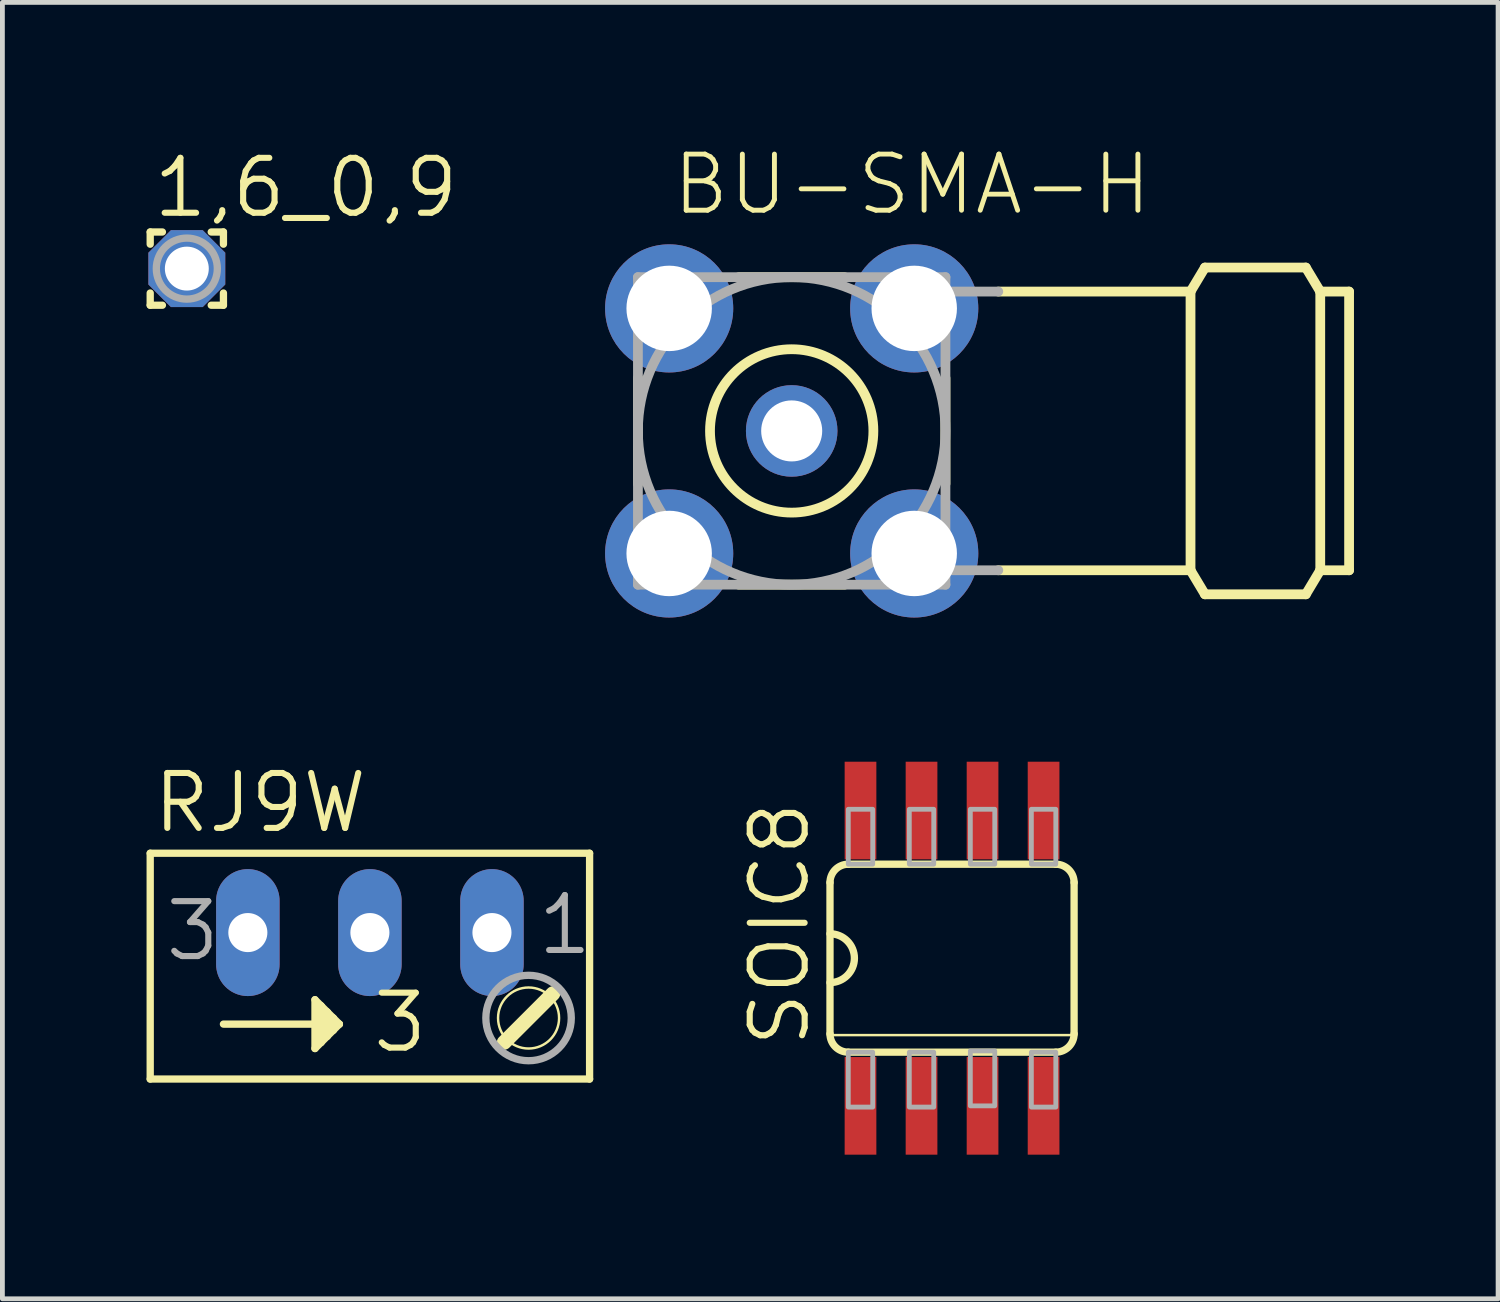
<source format=kicad_pcb>
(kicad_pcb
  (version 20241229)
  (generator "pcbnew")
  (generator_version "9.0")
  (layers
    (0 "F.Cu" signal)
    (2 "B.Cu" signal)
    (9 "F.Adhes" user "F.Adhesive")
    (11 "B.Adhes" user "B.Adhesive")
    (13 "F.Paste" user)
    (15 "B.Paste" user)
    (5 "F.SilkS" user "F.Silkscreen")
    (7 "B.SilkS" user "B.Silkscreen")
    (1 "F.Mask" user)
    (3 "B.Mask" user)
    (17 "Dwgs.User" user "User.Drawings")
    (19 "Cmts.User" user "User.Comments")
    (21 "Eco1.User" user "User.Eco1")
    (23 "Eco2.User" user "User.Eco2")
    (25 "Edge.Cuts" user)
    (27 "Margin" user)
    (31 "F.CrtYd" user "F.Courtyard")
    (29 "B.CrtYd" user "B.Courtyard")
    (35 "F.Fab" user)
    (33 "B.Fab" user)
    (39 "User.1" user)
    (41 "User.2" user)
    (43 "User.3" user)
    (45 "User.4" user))
  (footprint "RJ9W"
    (layer "F.Cu")
    (at 4.648 16.993)
    (property "Reference" "RJ9W" (at -4.572 -2.667 0) (unlocked yes) (layer "F.SilkS") (effects (font (size 1.143 1.143) (thickness 0.127)) (justify left bottom)))
    (fp_line (start -4.572 2.413) (end -4.572 -2.286) (stroke (width 0.152) (type solid)) (layer "F.SilkS"))
    (fp_line (start -4.572 2.413) (end 4.572 2.413) (stroke (width 0.152) (type solid)) (layer "F.SilkS"))
    (fp_line (start -3.048 1.27) (end -1.016 1.27) (stroke (width 0.152) (type solid)) (layer "F.SilkS"))
    (fp_line (start -1.143 0.762) (end -1.143 1.778) (stroke (width 0.152) (type solid)) (layer "F.SilkS"))
    (fp_line (start -1.143 1.778) (end -1.016 1.651) (stroke (width 0.152) (type solid)) (layer "F.SilkS"))
    (fp_line (start -1.016 0.889) (end -1.143 0.762) (stroke (width 0.152) (type solid)) (layer "F.SilkS"))
    (fp_line (start -1.016 1.27) (end -1.016 0.889) (stroke (width 0.152) (type solid)) (layer "F.SilkS"))
    (fp_line (start -1.016 1.651) (end -1.016 1.27) (stroke (width 0.152) (type solid)) (layer "F.SilkS"))
    (fp_line (start -0.889 1.016) (end -1.016 0.889) (stroke (width 0.152) (type solid)) (layer "F.SilkS"))
    (fp_line (start -0.889 1.524) (end -1.016 1.651) (stroke (width 0.152) (type solid)) (layer "F.SilkS"))
    (fp_line (start -0.889 1.524) (end -0.889 1.016) (stroke (width 0.152) (type solid)) (layer "F.SilkS"))
    (fp_line (start -0.762 1.143) (end -0.889 1.016) (stroke (width 0.152) (type solid)) (layer "F.SilkS"))
    (fp_line (start -0.762 1.397) (end -0.889 1.524) (stroke (width 0.152) (type solid)) (layer "F.SilkS"))
    (fp_line (start -0.762 1.397) (end -0.762 1.143) (stroke (width 0.152) (type solid)) (layer "F.SilkS"))
    (fp_line (start -0.635 1.27) (end -1.016 1.27) (stroke (width 0.152) (type solid)) (layer "F.SilkS"))
    (fp_line (start -0.635 1.27) (end -0.762 1.143) (stroke (width 0.152) (type solid)) (layer "F.SilkS"))
    (fp_line (start -0.635 1.27) (end -0.762 1.397) (stroke (width 0.152) (type solid)) (layer "F.SilkS"))
    (fp_line (start 3.81 0.635) (end 2.794 1.651) (stroke (width 0.305) (type solid)) (layer "F.SilkS"))
    (fp_line (start 4.572 -2.286) (end -4.572 -2.286) (stroke (width 0.152) (type solid)) (layer "F.SilkS"))
    (fp_line (start 4.572 -2.286) (end 4.572 2.413) (stroke (width 0.152) (type solid)) (layer "F.SilkS"))
    (fp_circle (center 3.302 1.143) (end 3.937 1.143) (stroke (width 0.051) (type solid)) (fill no) (layer "F.SilkS"))
    (fp_circle (center 3.302 1.143) (end 4.191 1.143) (stroke (width 0.152) (type solid)) (fill no) (layer "F.Fab"))
    (fp_text user "3" (at 0 1.905 0) (layer "F.SilkS") (effects (font (size 1.143 1.143) (thickness 0.127)) (justify left bottom)))
    (fp_text user "1" (at 3.429 -0.127 0) (layer "F.Fab") (effects (font (size 1.143 1.143) (thickness 0.127)) (justify left bottom)))
    (fp_text user "3" (at -4.318 0 0) (layer "F.Fab") (effects (font (size 1.143 1.143) (thickness 0.127)) (justify left bottom)))
    (pad "A" thru_hole oval (at 2.54 -0.635 90) (size 2.642 1.321) (drill 0.813) (layers "*.Cu" "*.Mask"))
    (pad "E" thru_hole oval (at -2.54 -0.635 90) (size 2.642 1.321) (drill 0.813) (layers "*.Cu" "*.Mask"))
    (pad "S" thru_hole oval (at 0 -0.635 90) (size 2.642 1.321) (drill 0.813) (layers "*.Cu" "*.Mask")))
  (footprint "SOIC8"
    (layer "F.Cu")
    (at 18.033 16.891)
    (property "Reference" "SOIC8" (at -4.191 1.905 90) (unlocked yes) (layer "F.SilkS") (effects (font (size 1.143 1.143) (thickness 0.127)) (justify left bottom)))
    (fp_line (start -3.81 -1.575) (end -3.81 1.575) (stroke (width 0.152) (type solid)) (layer "F.SilkS"))
    (fp_line (start -3.81 1.6) (end 1.27 1.6) (stroke (width 0.051) (type solid)) (layer "F.SilkS"))
    (fp_line (start -3.429 1.956) (end 0.889 1.956) (stroke (width 0.152) (type solid)) (layer "F.SilkS"))
    (fp_line (start 0.889 -1.956) (end -3.429 -1.956) (stroke (width 0.152) (type solid)) (layer "F.SilkS"))
    (fp_line (start 1.27 1.575) (end 1.27 -1.575) (stroke (width 0.152) (type solid)) (layer "F.SilkS"))
    (fp_arc (start -3.81 -1.5748) (mid -3.698408 -1.844208) (end -3.429 -1.9558) (stroke (width 0.1524) (type solid)) (layer "F.SilkS"))
    (fp_arc (start -3.81 -0.508) (mid -3.302 0) (end -3.81 0.508) (stroke (width 0.1524) (type solid)) (layer "F.SilkS"))
    (fp_arc (start -3.429 1.9558) (mid -3.698408 1.844208) (end -3.81 1.5748) (stroke (width 0.1524) (type solid)) (layer "F.SilkS"))
    (fp_arc (start 0.889 -1.9558) (mid 1.158408 -1.844208) (end 1.27 -1.5748) (stroke (width 0.1524) (type solid)) (layer "F.SilkS"))
    (fp_arc (start 1.27 1.5748) (mid 1.158408 1.844208) (end 0.889 1.9558) (stroke (width 0.1524) (type solid)) (layer "F.SilkS"))
    (fp_poly (pts (xy -3.429 -1.956) (xy -2.921 -1.956) (xy -2.921 -3.099) (xy -3.429 -3.099)) (stroke (width 0.1) (type default)) (fill no) (layer "F.Fab"))
    (fp_poly (pts (xy -3.429 3.099) (xy -2.921 3.099) (xy -2.921 1.956) (xy -3.429 1.956)) (stroke (width 0.1) (type default)) (fill no) (layer "F.Fab"))
    (fp_poly (pts (xy -2.159 -1.956) (xy -1.651 -1.956) (xy -1.651 -3.099) (xy -2.159 -3.099)) (stroke (width 0.1) (type default)) (fill no) (layer "F.Fab"))
    (fp_poly (pts (xy -2.159 3.099) (xy -1.651 3.099) (xy -1.651 1.956) (xy -2.159 1.956)) (stroke (width 0.1) (type default)) (fill no) (layer "F.Fab"))
    (fp_poly (pts (xy -0.889 -1.956) (xy -0.381 -1.956) (xy -0.381 -3.099) (xy -0.889 -3.099)) (stroke (width 0.1) (type default)) (fill no) (layer "F.Fab"))
    (fp_poly (pts (xy -0.889 3.073) (xy -0.381 3.073) (xy -0.381 1.93) (xy -0.889 1.93)) (stroke (width 0.1) (type default)) (fill no) (layer "F.Fab"))
    (fp_poly (pts (xy 0.381 -1.956) (xy 0.889 -1.956) (xy 0.889 -3.099) (xy 0.381 -3.099)) (stroke (width 0.1) (type default)) (fill no) (layer "F.Fab"))
    (fp_poly (pts (xy 0.381 3.099) (xy 0.889 3.099) (xy 0.889 1.956) (xy 0.381 1.956)) (stroke (width 0.1) (type default)) (fill no) (layer "F.Fab"))
    (pad "1" smd rect (at -3.175 3.073) (size 0.66 2.032) (layers "F.Cu" "F.Mask" "F.Paste"))
    (pad "2" smd rect (at -1.905 3.073) (size 0.66 2.032) (layers "F.Cu" "F.Mask" "F.Paste"))
    (pad "3" smd rect (at -0.635 3.073) (size 0.66 2.032) (layers "F.Cu" "F.Mask" "F.Paste"))
    (pad "4" smd rect (at 0.635 3.073) (size 0.66 2.032) (layers "F.Cu" "F.Mask" "F.Paste"))
    (pad "5" smd rect (at 0.635 -3.073) (size 0.66 2.032) (layers "F.Cu" "F.Mask" "F.Paste"))
    (pad "6" smd rect (at -0.635 -3.073) (size 0.66 2.032) (layers "F.Cu" "F.Mask" "F.Paste"))
    (pad "7" smd rect (at -1.905 -3.073) (size 0.66 2.032) (layers "F.Cu" "F.Mask" "F.Paste"))
    (pad "8" smd rect (at -3.175 -3.073) (size 0.66 2.032) (layers "F.Cu" "F.Mask" "F.Paste")))
  (footprint "1,6_0,9"
    (layer "F.Cu")
    (at 0.838 2.54)
    (property "Reference" "1,6_0,9" (at -0.762 -1.016 0) (unlocked yes) (layer "F.SilkS") (effects (font (size 1.143 1.143) (thickness 0.127)) (justify left bottom)))
    (fp_line (start -0.762 -0.762) (end -0.762 -0.508) (stroke (width 0.152) (type solid)) (layer "F.SilkS"))
    (fp_line (start -0.762 0.508) (end -0.762 0.762) (stroke (width 0.152) (type solid)) (layer "F.SilkS"))
    (fp_line (start -0.762 0.762) (end -0.508 0.762) (stroke (width 0.152) (type solid)) (layer "F.SilkS"))
    (fp_line (start -0.508 -0.762) (end -0.762 -0.762) (stroke (width 0.152) (type solid)) (layer "F.SilkS"))
    (fp_line (start 0.508 0.762) (end 0.762 0.762) (stroke (width 0.152) (type solid)) (layer "F.SilkS"))
    (fp_line (start 0.762 -0.762) (end 0.508 -0.762) (stroke (width 0.152) (type solid)) (layer "F.SilkS"))
    (fp_line (start 0.762 -0.508) (end 0.762 -0.762) (stroke (width 0.152) (type solid)) (layer "F.SilkS"))
    (fp_line (start 0.762 0.762) (end 0.762 0.508) (stroke (width 0.152) (type solid)) (layer "F.SilkS"))
    (fp_circle (center 0 0) (end 0.635 0) (stroke (width 0.152) (type solid)) (fill no) (layer "F.Fab"))
    (pad "1" thru_hole roundrect (at 0 0) (size 1.6 1.6) (drill 0.914) (layers "*.Cu" "*.Mask") (roundrect_rratio 0.25) (chamfer_ratio 0.293) (chamfer top_left top_right bottom_left bottom_right)))
  (footprint "BU-SMA-H"
    (layer "F.Cu")
    (at 13.426 5.918)
    (property "Reference" "BU-SMA-H" (at -2.54 -4.445 0) (unlocked yes) (layer "F.SilkS") (effects (font (size 1.168 1.168) (thickness 0.102)) (justify left bottom)))
    (fp_line (start -3.2 1.1) (end -3.2 -1.1) (stroke (width 0.203) (type solid)) (layer "F.SilkS"))
    (fp_line (start -1.1 -3.2) (end 1.1 -3.2) (stroke (width 0.203) (type solid)) (layer "F.SilkS"))
    (fp_line (start 1.1 3.2) (end -1.1 3.2) (stroke (width 0.203) (type solid)) (layer "F.SilkS"))
    (fp_line (start 3.2 -1.1) (end 3.2 1.1) (stroke (width 0.203) (type solid)) (layer "F.SilkS"))
    (fp_line (start 4.3 -2.9) (end 8.3 -2.9) (stroke (width 0.203) (type solid)) (layer "F.SilkS"))
    (fp_line (start 4.3 2.9) (end 8.3 2.9) (stroke (width 0.203) (type solid)) (layer "F.SilkS"))
    (fp_line (start 8.3 -2.9) (end 8.6 -3.4) (stroke (width 0.203) (type solid)) (layer "F.SilkS"))
    (fp_line (start 8.3 2.9) (end 8.3 -2.9) (stroke (width 0.203) (type solid)) (layer "F.SilkS"))
    (fp_line (start 8.3 2.9) (end 8.6 3.4) (stroke (width 0.203) (type solid)) (layer "F.SilkS"))
    (fp_line (start 8.6 -3.4) (end 10.7 -3.4) (stroke (width 0.203) (type solid)) (layer "F.SilkS"))
    (fp_line (start 8.6 3.4) (end 10.7 3.4) (stroke (width 0.203) (type solid)) (layer "F.SilkS"))
    (fp_line (start 10.7 -3.4) (end 11 -2.9) (stroke (width 0.203) (type solid)) (layer "F.SilkS"))
    (fp_line (start 10.7 3.4) (end 11 2.9) (stroke (width 0.203) (type solid)) (layer "F.SilkS"))
    (fp_line (start 11 -2.9) (end 11.6 -2.9) (stroke (width 0.203) (type solid)) (layer "F.SilkS"))
    (fp_line (start 11 2.9) (end 11 -2.9) (stroke (width 0.203) (type solid)) (layer "F.SilkS"))
    (fp_line (start 11 2.9) (end 11.6 2.9) (stroke (width 0.203) (type solid)) (layer "F.SilkS"))
    (fp_line (start 11.6 2.9) (end 11.6 -2.9) (stroke (width 0.203) (type solid)) (layer "F.SilkS"))
    (fp_circle (center 0 0) (end 1.7 0) (stroke (width 0.203) (type solid)) (fill no) (layer "F.SilkS"))
    (fp_line (start -3.2 3.2) (end -3.2 -3.2) (stroke (width 0.203) (type solid)) (layer "F.Fab"))
    (fp_line (start -3.2 -3.2) (end 3.2 -3.2) (stroke (width 0.203) (type solid)) (layer "F.Fab"))
    (fp_line (start 3.2 3.2) (end -3.2 3.2) (stroke (width 0.203) (type solid)) (layer "F.Fab"))
    (fp_line (start 3.2 -3.2) (end 3.2 -2.9) (stroke (width 0.203) (type solid)) (layer "F.Fab"))
    (fp_line (start 3.2 -2.9) (end 3.2 2.9) (stroke (width 0.203) (type solid)) (layer "F.Fab"))
    (fp_line (start 3.2 -2.9) (end 4.3 -2.9) (stroke (width 0.203) (type solid)) (layer "F.Fab"))
    (fp_line (start 3.2 2.9) (end 3.2 3.2) (stroke (width 0.203) (type solid)) (layer "F.Fab"))
    (fp_line (start 3.2 2.9) (end 4.3 2.9) (stroke (width 0.203) (type solid)) (layer "F.Fab"))
    (fp_circle (center 0 0) (end 3.2 0) (stroke (width 0.203) (type solid)) (fill no) (layer "F.Fab"))
    (pad "1" thru_hole circle (at 0 0) (size 1.905 1.905) (drill 1.27) (layers "*.Cu" "*.Mask"))
    (pad "2" thru_hole circle (at -2.55 -2.55) (size 2.667 2.667) (drill 1.778) (layers "*.Cu" "*.Mask"))
    (pad "3" thru_hole circle (at 2.55 -2.55) (size 2.667 2.667) (drill 1.778) (layers "*.Cu" "*.Mask"))
    (pad "4" thru_hole circle (at 2.55 2.55) (size 2.667 2.667) (drill 1.778) (layers "*.Cu" "*.Mask"))
    (pad "5" thru_hole circle (at -2.55 2.55) (size 2.667 2.667) (drill 1.778) (layers "*.Cu" "*.Mask")))
  (gr_rect
    (start -3 -3)
    (end 28.127 23.98)
    (stroke (width 0.1) (type default))
    (fill no)
    (layer "Edge.Cuts")))
</source>
